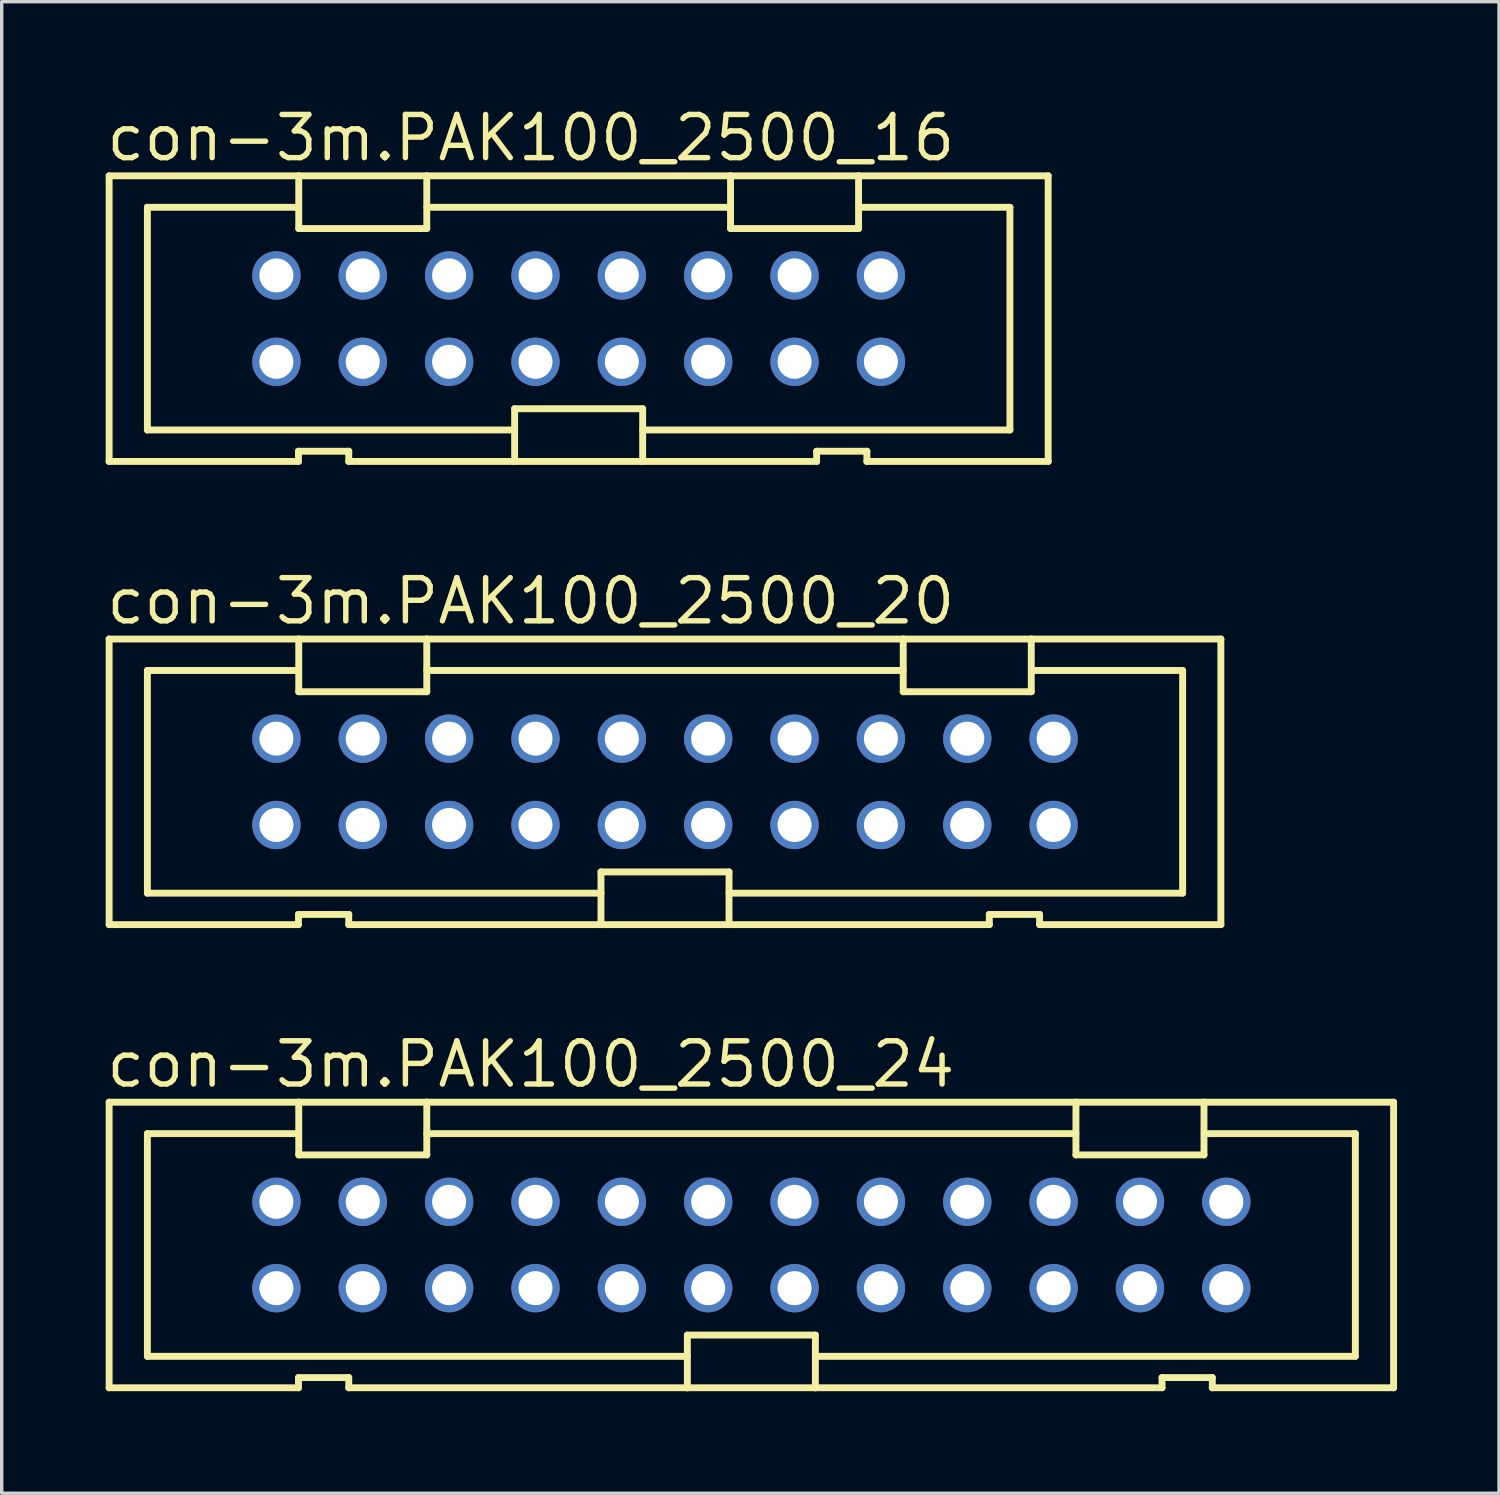
<source format=kicad_pcb>
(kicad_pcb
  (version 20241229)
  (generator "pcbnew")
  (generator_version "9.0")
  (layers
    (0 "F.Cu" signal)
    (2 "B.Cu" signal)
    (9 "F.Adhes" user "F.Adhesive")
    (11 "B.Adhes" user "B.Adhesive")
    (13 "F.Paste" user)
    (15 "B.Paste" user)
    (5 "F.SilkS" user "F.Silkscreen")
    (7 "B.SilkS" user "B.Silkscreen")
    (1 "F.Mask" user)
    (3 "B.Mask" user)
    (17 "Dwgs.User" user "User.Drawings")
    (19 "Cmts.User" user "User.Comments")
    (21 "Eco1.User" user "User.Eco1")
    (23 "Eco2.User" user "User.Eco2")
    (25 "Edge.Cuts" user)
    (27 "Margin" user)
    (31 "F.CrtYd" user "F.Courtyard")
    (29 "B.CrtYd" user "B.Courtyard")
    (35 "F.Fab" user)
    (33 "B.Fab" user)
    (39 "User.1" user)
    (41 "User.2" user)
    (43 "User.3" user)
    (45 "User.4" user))
  (footprint "con-3m.PAK100_2500_24"
    (layer "F.Cu")
    (at 19.05 33.569)
    (property "Reference" "con-3m.PAK100_2500_24" (at -19.05 -4.572 0) (layer "F.SilkS") (effects (font (size 1.27 1.27) (thickness 0.16)) (justify left bottom)))
    (attr through_hole)
    (fp_line (start -18.89 -4.2) (end -13.313 -4.2) (stroke (width 0.203) (type default)) (layer "F.SilkS"))
    (fp_line (start -18.89 4.2) (end -18.89 -4.2) (stroke (width 0.203) (type default)) (layer "F.SilkS"))
    (fp_line (start -17.765 -3.275) (end -13.32 -3.275) (stroke (width 0.203) (type default)) (layer "F.SilkS"))
    (fp_line (start -17.765 3.275) (end -17.765 -3.275) (stroke (width 0.203) (type default)) (layer "F.SilkS"))
    (fp_line (start -13.321 3.9) (end -13.321 4.2) (stroke (width 0.203) (type default)) (layer "F.SilkS"))
    (fp_line (start -13.321 4.2) (end -18.89 4.2) (stroke (width 0.203) (type default)) (layer "F.SilkS"))
    (fp_line (start -13.313 -4.2) (end -13.313 -2.65) (stroke (width 0.203) (type default)) (layer "F.SilkS"))
    (fp_line (start -13.313 -4.2) (end -9.547 -4.2) (stroke (width 0.203) (type default)) (layer "F.SilkS"))
    (fp_line (start -13.313 -2.65) (end -9.547 -2.65) (stroke (width 0.203) (type default)) (layer "F.SilkS"))
    (fp_line (start -11.842 3.9) (end -13.321 3.9) (stroke (width 0.203) (type default)) (layer "F.SilkS"))
    (fp_line (start -11.842 4.2) (end -11.842 3.9) (stroke (width 0.203) (type default)) (layer "F.SilkS"))
    (fp_line (start -9.547 -4.2) (end 9.547 -4.2) (stroke (width 0.203) (type default)) (layer "F.SilkS"))
    (fp_line (start -9.547 -2.65) (end -9.547 -4.2) (stroke (width 0.203) (type default)) (layer "F.SilkS"))
    (fp_line (start -9.545 -3.275) (end 9.545 -3.275) (stroke (width 0.203) (type default)) (layer "F.SilkS"))
    (fp_line (start -1.883 2.65) (end -1.883 4.2) (stroke (width 0.203) (type default)) (layer "F.SilkS"))
    (fp_line (start -1.883 3.275) (end -17.765 3.275) (stroke (width 0.203) (type default)) (layer "F.SilkS"))
    (fp_line (start -1.883 4.2) (end -11.842 4.2) (stroke (width 0.203) (type default)) (layer "F.SilkS"))
    (fp_line (start 1.883 2.65) (end -1.883 2.65) (stroke (width 0.203) (type default)) (layer "F.SilkS"))
    (fp_line (start 1.883 4.2) (end -1.883 4.2) (stroke (width 0.203) (type default)) (layer "F.SilkS"))
    (fp_line (start 1.883 4.2) (end 1.883 2.65) (stroke (width 0.203) (type default)) (layer "F.SilkS"))
    (fp_line (start 9.547 -4.2) (end 9.547 -2.65) (stroke (width 0.203) (type default)) (layer "F.SilkS"))
    (fp_line (start 9.547 -4.2) (end 13.313 -4.2) (stroke (width 0.203) (type default)) (layer "F.SilkS"))
    (fp_line (start 9.547 -2.65) (end 13.313 -2.65) (stroke (width 0.203) (type default)) (layer "F.SilkS"))
    (fp_line (start 12.079 3.9) (end 12.079 4.2) (stroke (width 0.203) (type default)) (layer "F.SilkS"))
    (fp_line (start 12.079 4.2) (end 1.883 4.2) (stroke (width 0.203) (type default)) (layer "F.SilkS"))
    (fp_line (start 13.313 -4.2) (end 18.89 -4.2) (stroke (width 0.203) (type default)) (layer "F.SilkS"))
    (fp_line (start 13.313 -2.65) (end 13.313 -4.2) (stroke (width 0.203) (type default)) (layer "F.SilkS"))
    (fp_line (start 13.32 -3.275) (end 17.765 -3.275) (stroke (width 0.203) (type default)) (layer "F.SilkS"))
    (fp_line (start 13.558 3.9) (end 12.079 3.9) (stroke (width 0.203) (type default)) (layer "F.SilkS"))
    (fp_line (start 13.558 4.2) (end 13.558 3.9) (stroke (width 0.203) (type default)) (layer "F.SilkS"))
    (fp_line (start 17.765 -3.275) (end 17.765 3.275) (stroke (width 0.203) (type default)) (layer "F.SilkS"))
    (fp_line (start 17.765 3.275) (end 1.883 3.275) (stroke (width 0.203) (type default)) (layer "F.SilkS"))
    (fp_line (start 18.89 -4.2) (end 18.89 4.2) (stroke (width 0.203) (type default)) (layer "F.SilkS"))
    (fp_line (start 18.89 4.2) (end 13.558 4.2) (stroke (width 0.203) (type default)) (layer "F.SilkS"))
    (pad "1" thru_hole circle (at -13.97 1.27) (size 1.422 1.422) (drill 1) (layers "*.Cu" "*.Mask"))
    (pad "2" thru_hole circle (at -13.97 -1.27) (size 1.422 1.422) (drill 1) (layers "*.Cu" "*.Mask"))
    (pad "3" thru_hole circle (at -11.43 1.27) (size 1.422 1.422) (drill 1) (layers "*.Cu" "*.Mask"))
    (pad "4" thru_hole circle (at -11.43 -1.27) (size 1.422 1.422) (drill 1) (layers "*.Cu" "*.Mask"))
    (pad "5" thru_hole circle (at -8.89 1.27) (size 1.422 1.422) (drill 1) (layers "*.Cu" "*.Mask"))
    (pad "6" thru_hole circle (at -8.89 -1.27) (size 1.422 1.422) (drill 1) (layers "*.Cu" "*.Mask"))
    (pad "7" thru_hole circle (at -6.35 1.27) (size 1.422 1.422) (drill 1) (layers "*.Cu" "*.Mask"))
    (pad "8" thru_hole circle (at -6.35 -1.27) (size 1.422 1.422) (drill 1) (layers "*.Cu" "*.Mask"))
    (pad "9" thru_hole circle (at -3.81 1.27) (size 1.422 1.422) (drill 1) (layers "*.Cu" "*.Mask"))
    (pad "10" thru_hole circle (at -3.81 -1.27) (size 1.422 1.422) (drill 1) (layers "*.Cu" "*.Mask"))
    (pad "11" thru_hole circle (at -1.27 1.27) (size 1.422 1.422) (drill 1) (layers "*.Cu" "*.Mask"))
    (pad "12" thru_hole circle (at -1.27 -1.27) (size 1.422 1.422) (drill 1) (layers "*.Cu" "*.Mask"))
    (pad "13" thru_hole circle (at 1.27 1.27) (size 1.422 1.422) (drill 1) (layers "*.Cu" "*.Mask"))
    (pad "14" thru_hole circle (at 1.27 -1.27) (size 1.422 1.422) (drill 1) (layers "*.Cu" "*.Mask"))
    (pad "15" thru_hole circle (at 3.81 1.27) (size 1.422 1.422) (drill 1) (layers "*.Cu" "*.Mask"))
    (pad "16" thru_hole circle (at 3.81 -1.27) (size 1.422 1.422) (drill 1) (layers "*.Cu" "*.Mask"))
    (pad "17" thru_hole circle (at 6.35 1.27) (size 1.422 1.422) (drill 1) (layers "*.Cu" "*.Mask"))
    (pad "18" thru_hole circle (at 6.35 -1.27) (size 1.422 1.422) (drill 1) (layers "*.Cu" "*.Mask"))
    (pad "19" thru_hole circle (at 8.89 1.27) (size 1.422 1.422) (drill 1) (layers "*.Cu" "*.Mask"))
    (pad "20" thru_hole circle (at 8.89 -1.27) (size 1.422 1.422) (drill 1) (layers "*.Cu" "*.Mask"))
    (pad "21" thru_hole circle (at 11.43 1.27) (size 1.422 1.422) (drill 1) (layers "*.Cu" "*.Mask"))
    (pad "22" thru_hole circle (at 11.43 -1.27) (size 1.422 1.422) (drill 1) (layers "*.Cu" "*.Mask"))
    (pad "23" thru_hole circle (at 13.97 1.27) (size 1.422 1.422) (drill 1) (layers "*.Cu" "*.Mask"))
    (pad "24" thru_hole circle (at 13.97 -1.27) (size 1.422 1.422) (drill 1) (layers "*.Cu" "*.Mask")))
  (footprint "con-3m.PAK100_2500_20"
    (layer "F.Cu")
    (at 16.51 19.946)
    (property "Reference" "con-3m.PAK100_2500_20" (at -16.51 -4.572 0) (layer "F.SilkS") (effects (font (size 1.27 1.27) (thickness 0.16)) (justify left bottom)))
    (attr through_hole)
    (fp_line (start -16.35 -4.2) (end -10.773 -4.2) (stroke (width 0.203) (type default)) (layer "F.SilkS"))
    (fp_line (start -16.35 4.2) (end -16.35 -4.2) (stroke (width 0.203) (type default)) (layer "F.SilkS"))
    (fp_line (start -15.225 -3.275) (end -10.78 -3.275) (stroke (width 0.203) (type default)) (layer "F.SilkS"))
    (fp_line (start -15.225 3.275) (end -15.225 -3.275) (stroke (width 0.203) (type default)) (layer "F.SilkS"))
    (fp_line (start -10.781 3.9) (end -10.781 4.2) (stroke (width 0.203) (type default)) (layer "F.SilkS"))
    (fp_line (start -10.781 4.2) (end -16.35 4.2) (stroke (width 0.203) (type default)) (layer "F.SilkS"))
    (fp_line (start -10.773 -4.2) (end -10.773 -2.65) (stroke (width 0.203) (type default)) (layer "F.SilkS"))
    (fp_line (start -10.773 -4.2) (end -7.007 -4.2) (stroke (width 0.203) (type default)) (layer "F.SilkS"))
    (fp_line (start -10.773 -2.65) (end -7.007 -2.65) (stroke (width 0.203) (type default)) (layer "F.SilkS"))
    (fp_line (start -9.302 3.9) (end -10.781 3.9) (stroke (width 0.203) (type default)) (layer "F.SilkS"))
    (fp_line (start -9.302 4.2) (end -9.302 3.9) (stroke (width 0.203) (type default)) (layer "F.SilkS"))
    (fp_line (start -7.007 -4.2) (end 7.007 -4.2) (stroke (width 0.203) (type default)) (layer "F.SilkS"))
    (fp_line (start -7.007 -2.65) (end -7.007 -4.2) (stroke (width 0.203) (type default)) (layer "F.SilkS"))
    (fp_line (start -7.005 -3.275) (end 7.005 -3.275) (stroke (width 0.203) (type default)) (layer "F.SilkS"))
    (fp_line (start -1.883 2.65) (end -1.883 4.2) (stroke (width 0.203) (type default)) (layer "F.SilkS"))
    (fp_line (start -1.883 3.275) (end -15.225 3.275) (stroke (width 0.203) (type default)) (layer "F.SilkS"))
    (fp_line (start -1.883 4.2) (end -9.302 4.2) (stroke (width 0.203) (type default)) (layer "F.SilkS"))
    (fp_line (start 1.883 2.65) (end -1.883 2.65) (stroke (width 0.203) (type default)) (layer "F.SilkS"))
    (fp_line (start 1.883 4.2) (end -1.883 4.2) (stroke (width 0.203) (type default)) (layer "F.SilkS"))
    (fp_line (start 1.883 4.2) (end 1.883 2.65) (stroke (width 0.203) (type default)) (layer "F.SilkS"))
    (fp_line (start 7.007 -4.2) (end 7.007 -2.65) (stroke (width 0.203) (type default)) (layer "F.SilkS"))
    (fp_line (start 7.007 -4.2) (end 10.773 -4.2) (stroke (width 0.203) (type default)) (layer "F.SilkS"))
    (fp_line (start 7.007 -2.65) (end 10.773 -2.65) (stroke (width 0.203) (type default)) (layer "F.SilkS"))
    (fp_line (start 9.539 3.9) (end 9.539 4.2) (stroke (width 0.203) (type default)) (layer "F.SilkS"))
    (fp_line (start 9.539 4.2) (end 1.883 4.2) (stroke (width 0.203) (type default)) (layer "F.SilkS"))
    (fp_line (start 10.773 -4.2) (end 16.35 -4.2) (stroke (width 0.203) (type default)) (layer "F.SilkS"))
    (fp_line (start 10.773 -2.65) (end 10.773 -4.2) (stroke (width 0.203) (type default)) (layer "F.SilkS"))
    (fp_line (start 10.78 -3.275) (end 15.225 -3.275) (stroke (width 0.203) (type default)) (layer "F.SilkS"))
    (fp_line (start 11.018 3.9) (end 9.539 3.9) (stroke (width 0.203) (type default)) (layer "F.SilkS"))
    (fp_line (start 11.018 4.2) (end 11.018 3.9) (stroke (width 0.203) (type default)) (layer "F.SilkS"))
    (fp_line (start 15.225 -3.275) (end 15.225 3.275) (stroke (width 0.203) (type default)) (layer "F.SilkS"))
    (fp_line (start 15.225 3.275) (end 1.883 3.275) (stroke (width 0.203) (type default)) (layer "F.SilkS"))
    (fp_line (start 16.35 -4.2) (end 16.35 4.2) (stroke (width 0.203) (type default)) (layer "F.SilkS"))
    (fp_line (start 16.35 4.2) (end 11.018 4.2) (stroke (width 0.203) (type default)) (layer "F.SilkS"))
    (pad "1" thru_hole circle (at -11.43 1.27) (size 1.422 1.422) (drill 1) (layers "*.Cu" "*.Mask"))
    (pad "2" thru_hole circle (at -11.43 -1.27) (size 1.422 1.422) (drill 1) (layers "*.Cu" "*.Mask"))
    (pad "3" thru_hole circle (at -8.89 1.27) (size 1.422 1.422) (drill 1) (layers "*.Cu" "*.Mask"))
    (pad "4" thru_hole circle (at -8.89 -1.27) (size 1.422 1.422) (drill 1) (layers "*.Cu" "*.Mask"))
    (pad "5" thru_hole circle (at -6.35 1.27) (size 1.422 1.422) (drill 1) (layers "*.Cu" "*.Mask"))
    (pad "6" thru_hole circle (at -6.35 -1.27) (size 1.422 1.422) (drill 1) (layers "*.Cu" "*.Mask"))
    (pad "7" thru_hole circle (at -3.81 1.27) (size 1.422 1.422) (drill 1) (layers "*.Cu" "*.Mask"))
    (pad "8" thru_hole circle (at -3.81 -1.27) (size 1.422 1.422) (drill 1) (layers "*.Cu" "*.Mask"))
    (pad "9" thru_hole circle (at -1.27 1.27) (size 1.422 1.422) (drill 1) (layers "*.Cu" "*.Mask"))
    (pad "10" thru_hole circle (at -1.27 -1.27) (size 1.422 1.422) (drill 1) (layers "*.Cu" "*.Mask"))
    (pad "11" thru_hole circle (at 1.27 1.27) (size 1.422 1.422) (drill 1) (layers "*.Cu" "*.Mask"))
    (pad "12" thru_hole circle (at 1.27 -1.27) (size 1.422 1.422) (drill 1) (layers "*.Cu" "*.Mask"))
    (pad "13" thru_hole circle (at 3.81 1.27) (size 1.422 1.422) (drill 1) (layers "*.Cu" "*.Mask"))
    (pad "14" thru_hole circle (at 3.81 -1.27) (size 1.422 1.422) (drill 1) (layers "*.Cu" "*.Mask"))
    (pad "15" thru_hole circle (at 6.35 1.27) (size 1.422 1.422) (drill 1) (layers "*.Cu" "*.Mask"))
    (pad "16" thru_hole circle (at 6.35 -1.27) (size 1.422 1.422) (drill 1) (layers "*.Cu" "*.Mask"))
    (pad "17" thru_hole circle (at 8.89 1.27) (size 1.422 1.422) (drill 1) (layers "*.Cu" "*.Mask"))
    (pad "18" thru_hole circle (at 8.89 -1.27) (size 1.422 1.422) (drill 1) (layers "*.Cu" "*.Mask"))
    (pad "19" thru_hole circle (at 11.43 1.27) (size 1.422 1.422) (drill 1) (layers "*.Cu" "*.Mask"))
    (pad "20" thru_hole circle (at 11.43 -1.27) (size 1.422 1.422) (drill 1) (layers "*.Cu" "*.Mask")))
  (footprint "con-3m.PAK100_2500_16"
    (layer "F.Cu")
    (at 13.97 6.322)
    (property "Reference" "con-3m.PAK100_2500_16" (at -13.97 -4.572 0) (layer "F.SilkS") (effects (font (size 1.27 1.27) (thickness 0.16)) (justify left bottom)))
    (attr through_hole)
    (fp_line (start -13.81 -4.2) (end -8.233 -4.2) (stroke (width 0.203) (type default)) (layer "F.SilkS"))
    (fp_line (start -13.81 4.2) (end -13.81 -4.2) (stroke (width 0.203) (type default)) (layer "F.SilkS"))
    (fp_line (start -12.685 -3.275) (end -8.24 -3.275) (stroke (width 0.203) (type default)) (layer "F.SilkS"))
    (fp_line (start -12.685 3.275) (end -12.685 -3.275) (stroke (width 0.203) (type default)) (layer "F.SilkS"))
    (fp_line (start -8.241 3.9) (end -8.241 4.2) (stroke (width 0.203) (type default)) (layer "F.SilkS"))
    (fp_line (start -8.241 4.2) (end -13.81 4.2) (stroke (width 0.203) (type default)) (layer "F.SilkS"))
    (fp_line (start -8.233 -4.2) (end -8.233 -2.65) (stroke (width 0.203) (type default)) (layer "F.SilkS"))
    (fp_line (start -8.233 -4.2) (end -4.467 -4.2) (stroke (width 0.203) (type default)) (layer "F.SilkS"))
    (fp_line (start -8.233 -2.65) (end -4.467 -2.65) (stroke (width 0.203) (type default)) (layer "F.SilkS"))
    (fp_line (start -6.762 3.9) (end -8.241 3.9) (stroke (width 0.203) (type default)) (layer "F.SilkS"))
    (fp_line (start -6.762 4.2) (end -6.762 3.9) (stroke (width 0.203) (type default)) (layer "F.SilkS"))
    (fp_line (start -4.467 -4.2) (end 4.467 -4.2) (stroke (width 0.203) (type default)) (layer "F.SilkS"))
    (fp_line (start -4.467 -2.65) (end -4.467 -4.2) (stroke (width 0.203) (type default)) (layer "F.SilkS"))
    (fp_line (start -4.465 -3.275) (end 4.465 -3.275) (stroke (width 0.203) (type default)) (layer "F.SilkS"))
    (fp_line (start -1.883 2.65) (end -1.883 4.2) (stroke (width 0.203) (type default)) (layer "F.SilkS"))
    (fp_line (start -1.883 3.275) (end -12.685 3.275) (stroke (width 0.203) (type default)) (layer "F.SilkS"))
    (fp_line (start -1.883 4.2) (end -6.762 4.2) (stroke (width 0.203) (type default)) (layer "F.SilkS"))
    (fp_line (start 1.883 2.65) (end -1.883 2.65) (stroke (width 0.203) (type default)) (layer "F.SilkS"))
    (fp_line (start 1.883 4.2) (end -1.883 4.2) (stroke (width 0.203) (type default)) (layer "F.SilkS"))
    (fp_line (start 1.883 4.2) (end 1.883 2.65) (stroke (width 0.203) (type default)) (layer "F.SilkS"))
    (fp_line (start 4.467 -4.2) (end 4.467 -2.65) (stroke (width 0.203) (type default)) (layer "F.SilkS"))
    (fp_line (start 4.467 -4.2) (end 8.233 -4.2) (stroke (width 0.203) (type default)) (layer "F.SilkS"))
    (fp_line (start 4.467 -2.65) (end 8.233 -2.65) (stroke (width 0.203) (type default)) (layer "F.SilkS"))
    (fp_line (start 6.999 3.9) (end 6.999 4.2) (stroke (width 0.203) (type default)) (layer "F.SilkS"))
    (fp_line (start 6.999 4.2) (end 1.883 4.2) (stroke (width 0.203) (type default)) (layer "F.SilkS"))
    (fp_line (start 8.233 -4.2) (end 13.81 -4.2) (stroke (width 0.203) (type default)) (layer "F.SilkS"))
    (fp_line (start 8.233 -2.65) (end 8.233 -4.2) (stroke (width 0.203) (type default)) (layer "F.SilkS"))
    (fp_line (start 8.24 -3.275) (end 12.685 -3.275) (stroke (width 0.203) (type default)) (layer "F.SilkS"))
    (fp_line (start 8.478 3.9) (end 6.999 3.9) (stroke (width 0.203) (type default)) (layer "F.SilkS"))
    (fp_line (start 8.478 4.2) (end 8.478 3.9) (stroke (width 0.203) (type default)) (layer "F.SilkS"))
    (fp_line (start 12.685 -3.275) (end 12.685 3.275) (stroke (width 0.203) (type default)) (layer "F.SilkS"))
    (fp_line (start 12.685 3.275) (end 1.883 3.275) (stroke (width 0.203) (type default)) (layer "F.SilkS"))
    (fp_line (start 13.81 -4.2) (end 13.81 4.2) (stroke (width 0.203) (type default)) (layer "F.SilkS"))
    (fp_line (start 13.81 4.2) (end 8.478 4.2) (stroke (width 0.203) (type default)) (layer "F.SilkS"))
    (pad "1" thru_hole circle (at -8.89 1.27) (size 1.422 1.422) (drill 1) (layers "*.Cu" "*.Mask"))
    (pad "2" thru_hole circle (at -8.89 -1.27) (size 1.422 1.422) (drill 1) (layers "*.Cu" "*.Mask"))
    (pad "3" thru_hole circle (at -6.35 1.27) (size 1.422 1.422) (drill 1) (layers "*.Cu" "*.Mask"))
    (pad "4" thru_hole circle (at -6.35 -1.27) (size 1.422 1.422) (drill 1) (layers "*.Cu" "*.Mask"))
    (pad "5" thru_hole circle (at -3.81 1.27) (size 1.422 1.422) (drill 1) (layers "*.Cu" "*.Mask"))
    (pad "6" thru_hole circle (at -3.81 -1.27) (size 1.422 1.422) (drill 1) (layers "*.Cu" "*.Mask"))
    (pad "7" thru_hole circle (at -1.27 1.27) (size 1.422 1.422) (drill 1) (layers "*.Cu" "*.Mask"))
    (pad "8" thru_hole circle (at -1.27 -1.27) (size 1.422 1.422) (drill 1) (layers "*.Cu" "*.Mask"))
    (pad "9" thru_hole circle (at 1.27 1.27) (size 1.422 1.422) (drill 1) (layers "*.Cu" "*.Mask"))
    (pad "10" thru_hole circle (at 1.27 -1.27) (size 1.422 1.422) (drill 1) (layers "*.Cu" "*.Mask"))
    (pad "11" thru_hole circle (at 3.81 1.27) (size 1.422 1.422) (drill 1) (layers "*.Cu" "*.Mask"))
    (pad "12" thru_hole circle (at 3.81 -1.27) (size 1.422 1.422) (drill 1) (layers "*.Cu" "*.Mask"))
    (pad "13" thru_hole circle (at 6.35 1.27) (size 1.422 1.422) (drill 1) (layers "*.Cu" "*.Mask"))
    (pad "14" thru_hole circle (at 6.35 -1.27) (size 1.422 1.422) (drill 1) (layers "*.Cu" "*.Mask"))
    (pad "15" thru_hole circle (at 8.89 1.27) (size 1.422 1.422) (drill 1) (layers "*.Cu" "*.Mask"))
    (pad "16" thru_hole circle (at 8.89 -1.27) (size 1.422 1.422) (drill 1) (layers "*.Cu" "*.Mask")))
  (gr_rect
    (start -3 -3)
    (end 41.042 40.871)
    (stroke (width 0.1) (type default))
    (fill no)
    (layer "Edge.Cuts")))
</source>
